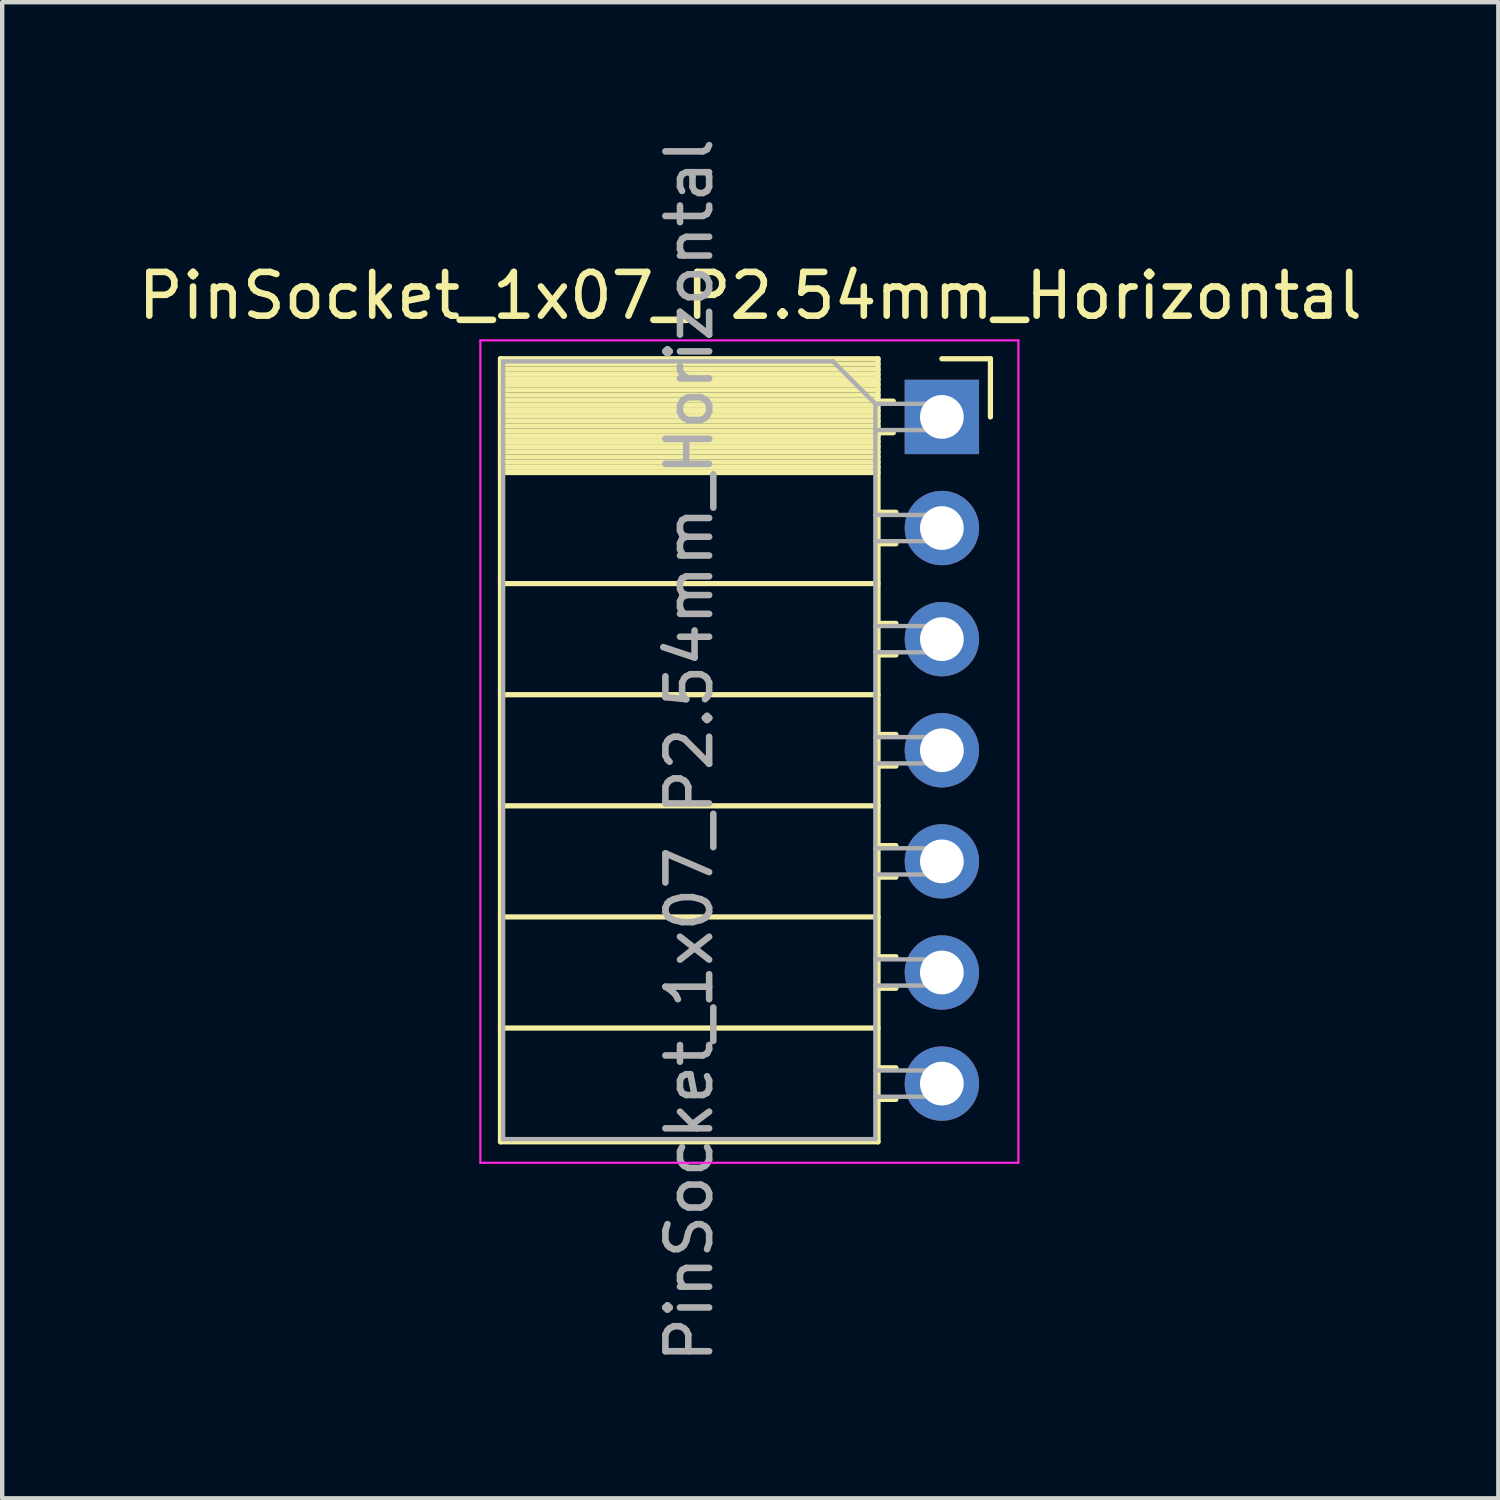
<source format=kicad_pcb>
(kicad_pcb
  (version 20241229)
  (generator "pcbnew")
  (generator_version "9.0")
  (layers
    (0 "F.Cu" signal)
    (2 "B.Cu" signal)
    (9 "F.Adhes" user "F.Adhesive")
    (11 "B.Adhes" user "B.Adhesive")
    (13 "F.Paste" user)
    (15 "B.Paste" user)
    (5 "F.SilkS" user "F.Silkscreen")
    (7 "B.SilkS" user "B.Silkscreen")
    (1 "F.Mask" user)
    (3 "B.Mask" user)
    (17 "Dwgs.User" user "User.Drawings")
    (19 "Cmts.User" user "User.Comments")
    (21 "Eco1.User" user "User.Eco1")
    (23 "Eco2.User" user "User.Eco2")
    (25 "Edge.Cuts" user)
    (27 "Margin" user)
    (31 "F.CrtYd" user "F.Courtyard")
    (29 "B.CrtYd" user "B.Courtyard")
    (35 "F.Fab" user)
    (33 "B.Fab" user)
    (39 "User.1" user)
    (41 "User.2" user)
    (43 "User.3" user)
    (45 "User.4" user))
  (footprint "PinSocket_1x07_P2.54mm_Horizontal"
    (layer "F.Cu")
    (at 18.481 6.481)
    (property "Reference" "PinSocket_1x07_P2.54mm_Horizontal" (at -4.38 -2.77 0) (layer "F.SilkS") (effects (font (size 1 1) (thickness 0.15))))
    (attr through_hole)
    (fp_line (start -10.09 -1.33) (end -10.09 16.57) (stroke (width 0.12) (type solid)) (layer "F.SilkS"))
    (fp_line (start -10.09 -1.33) (end -1.46 -1.33) (stroke (width 0.12) (type solid)) (layer "F.SilkS"))
    (fp_line (start -10.09 -1.21) (end -1.46 -1.21) (stroke (width 0.12) (type solid)) (layer "F.SilkS"))
    (fp_line (start -10.09 -1.092) (end -1.46 -1.092) (stroke (width 0.12) (type solid)) (layer "F.SilkS"))
    (fp_line (start -10.09 -0.974) (end -1.46 -0.974) (stroke (width 0.12) (type solid)) (layer "F.SilkS"))
    (fp_line (start -10.09 -0.856) (end -1.46 -0.856) (stroke (width 0.12) (type solid)) (layer "F.SilkS"))
    (fp_line (start -10.09 -0.738) (end -1.46 -0.738) (stroke (width 0.12) (type solid)) (layer "F.SilkS"))
    (fp_line (start -10.09 -0.62) (end -1.46 -0.62) (stroke (width 0.12) (type solid)) (layer "F.SilkS"))
    (fp_line (start -10.09 -0.501) (end -1.46 -0.501) (stroke (width 0.12) (type solid)) (layer "F.SilkS"))
    (fp_line (start -10.09 -0.383) (end -1.46 -0.383) (stroke (width 0.12) (type solid)) (layer "F.SilkS"))
    (fp_line (start -10.09 -0.265) (end -1.46 -0.265) (stroke (width 0.12) (type solid)) (layer "F.SilkS"))
    (fp_line (start -10.09 -0.147) (end -1.46 -0.147) (stroke (width 0.12) (type solid)) (layer "F.SilkS"))
    (fp_line (start -10.09 -0.029) (end -1.46 -0.029) (stroke (width 0.12) (type solid)) (layer "F.SilkS"))
    (fp_line (start -10.09 0.089) (end -1.46 0.089) (stroke (width 0.12) (type solid)) (layer "F.SilkS"))
    (fp_line (start -10.09 0.207) (end -1.46 0.207) (stroke (width 0.12) (type solid)) (layer "F.SilkS"))
    (fp_line (start -10.09 0.325) (end -1.46 0.325) (stroke (width 0.12) (type solid)) (layer "F.SilkS"))
    (fp_line (start -10.09 0.443) (end -1.46 0.443) (stroke (width 0.12) (type solid)) (layer "F.SilkS"))
    (fp_line (start -10.09 0.561) (end -1.46 0.561) (stroke (width 0.12) (type solid)) (layer "F.SilkS"))
    (fp_line (start -10.09 0.68) (end -1.46 0.68) (stroke (width 0.12) (type solid)) (layer "F.SilkS"))
    (fp_line (start -10.09 0.798) (end -1.46 0.798) (stroke (width 0.12) (type solid)) (layer "F.SilkS"))
    (fp_line (start -10.09 0.916) (end -1.46 0.916) (stroke (width 0.12) (type solid)) (layer "F.SilkS"))
    (fp_line (start -10.09 1.034) (end -1.46 1.034) (stroke (width 0.12) (type solid)) (layer "F.SilkS"))
    (fp_line (start -10.09 1.152) (end -1.46 1.152) (stroke (width 0.12) (type solid)) (layer "F.SilkS"))
    (fp_line (start -10.09 1.27) (end -1.46 1.27) (stroke (width 0.12) (type solid)) (layer "F.SilkS"))
    (fp_line (start -10.09 3.81) (end -1.46 3.81) (stroke (width 0.12) (type solid)) (layer "F.SilkS"))
    (fp_line (start -10.09 6.35) (end -1.46 6.35) (stroke (width 0.12) (type solid)) (layer "F.SilkS"))
    (fp_line (start -10.09 8.89) (end -1.46 8.89) (stroke (width 0.12) (type solid)) (layer "F.SilkS"))
    (fp_line (start -10.09 11.43) (end -1.46 11.43) (stroke (width 0.12) (type solid)) (layer "F.SilkS"))
    (fp_line (start -10.09 13.97) (end -1.46 13.97) (stroke (width 0.12) (type solid)) (layer "F.SilkS"))
    (fp_line (start -10.09 16.57) (end -1.46 16.57) (stroke (width 0.12) (type solid)) (layer "F.SilkS"))
    (fp_line (start -1.46 -1.33) (end -1.46 16.57) (stroke (width 0.12) (type solid)) (layer "F.SilkS"))
    (fp_line (start -1.46 -0.36) (end -1.11 -0.36) (stroke (width 0.12) (type solid)) (layer "F.SilkS"))
    (fp_line (start -1.46 0.36) (end -1.11 0.36) (stroke (width 0.12) (type solid)) (layer "F.SilkS"))
    (fp_line (start -1.46 2.18) (end -1.05 2.18) (stroke (width 0.12) (type solid)) (layer "F.SilkS"))
    (fp_line (start -1.46 2.9) (end -1.05 2.9) (stroke (width 0.12) (type solid)) (layer "F.SilkS"))
    (fp_line (start -1.46 4.72) (end -1.05 4.72) (stroke (width 0.12) (type solid)) (layer "F.SilkS"))
    (fp_line (start -1.46 5.44) (end -1.05 5.44) (stroke (width 0.12) (type solid)) (layer "F.SilkS"))
    (fp_line (start -1.46 7.26) (end -1.05 7.26) (stroke (width 0.12) (type solid)) (layer "F.SilkS"))
    (fp_line (start -1.46 7.98) (end -1.05 7.98) (stroke (width 0.12) (type solid)) (layer "F.SilkS"))
    (fp_line (start -1.46 9.8) (end -1.05 9.8) (stroke (width 0.12) (type solid)) (layer "F.SilkS"))
    (fp_line (start -1.46 10.52) (end -1.05 10.52) (stroke (width 0.12) (type solid)) (layer "F.SilkS"))
    (fp_line (start -1.46 12.34) (end -1.05 12.34) (stroke (width 0.12) (type solid)) (layer "F.SilkS"))
    (fp_line (start -1.46 13.06) (end -1.05 13.06) (stroke (width 0.12) (type solid)) (layer "F.SilkS"))
    (fp_line (start -1.46 14.88) (end -1.05 14.88) (stroke (width 0.12) (type solid)) (layer "F.SilkS"))
    (fp_line (start -1.46 15.6) (end -1.05 15.6) (stroke (width 0.12) (type solid)) (layer "F.SilkS"))
    (fp_line (start 0 -1.33) (end 1.11 -1.33) (stroke (width 0.12) (type solid)) (layer "F.SilkS"))
    (fp_line (start 1.11 -1.33) (end 1.11 0) (stroke (width 0.12) (type solid)) (layer "F.SilkS"))
    (fp_line (start -10.55 -1.75) (end -10.55 17.05) (stroke (width 0.05) (type solid)) (layer "F.CrtYd"))
    (fp_line (start -10.55 17.05) (end 1.75 17.05) (stroke (width 0.05) (type solid)) (layer "F.CrtYd"))
    (fp_line (start 1.75 -1.75) (end -10.55 -1.75) (stroke (width 0.05) (type solid)) (layer "F.CrtYd"))
    (fp_line (start 1.75 17.05) (end 1.75 -1.75) (stroke (width 0.05) (type solid)) (layer "F.CrtYd"))
    (fp_line (start -10.03 -1.27) (end -2.49 -1.27) (stroke (width 0.1) (type solid)) (layer "F.Fab"))
    (fp_line (start -10.03 16.51) (end -10.03 -1.27) (stroke (width 0.1) (type solid)) (layer "F.Fab"))
    (fp_line (start -2.49 -1.27) (end -1.52 -0.3) (stroke (width 0.1) (type solid)) (layer "F.Fab"))
    (fp_line (start -1.52 -0.3) (end -1.52 16.51) (stroke (width 0.1) (type solid)) (layer "F.Fab"))
    (fp_line (start -1.52 0.3) (end 0 0.3) (stroke (width 0.1) (type solid)) (layer "F.Fab"))
    (fp_line (start -1.52 2.84) (end 0 2.84) (stroke (width 0.1) (type solid)) (layer "F.Fab"))
    (fp_line (start -1.52 5.38) (end 0 5.38) (stroke (width 0.1) (type solid)) (layer "F.Fab"))
    (fp_line (start -1.52 7.92) (end 0 7.92) (stroke (width 0.1) (type solid)) (layer "F.Fab"))
    (fp_line (start -1.52 10.46) (end 0 10.46) (stroke (width 0.1) (type solid)) (layer "F.Fab"))
    (fp_line (start -1.52 13) (end 0 13) (stroke (width 0.1) (type solid)) (layer "F.Fab"))
    (fp_line (start -1.52 15.54) (end 0 15.54) (stroke (width 0.1) (type solid)) (layer "F.Fab"))
    (fp_line (start -1.52 16.51) (end -10.03 16.51) (stroke (width 0.1) (type solid)) (layer "F.Fab"))
    (fp_line (start 0 -0.3) (end -1.52 -0.3) (stroke (width 0.1) (type solid)) (layer "F.Fab"))
    (fp_line (start 0 0.3) (end 0 -0.3) (stroke (width 0.1) (type solid)) (layer "F.Fab"))
    (fp_line (start 0 2.24) (end -1.52 2.24) (stroke (width 0.1) (type solid)) (layer "F.Fab"))
    (fp_line (start 0 2.84) (end 0 2.24) (stroke (width 0.1) (type solid)) (layer "F.Fab"))
    (fp_line (start 0 4.78) (end -1.52 4.78) (stroke (width 0.1) (type solid)) (layer "F.Fab"))
    (fp_line (start 0 5.38) (end 0 4.78) (stroke (width 0.1) (type solid)) (layer "F.Fab"))
    (fp_line (start 0 7.32) (end -1.52 7.32) (stroke (width 0.1) (type solid)) (layer "F.Fab"))
    (fp_line (start 0 7.92) (end 0 7.32) (stroke (width 0.1) (type solid)) (layer "F.Fab"))
    (fp_line (start 0 9.86) (end -1.52 9.86) (stroke (width 0.1) (type solid)) (layer "F.Fab"))
    (fp_line (start 0 10.46) (end 0 9.86) (stroke (width 0.1) (type solid)) (layer "F.Fab"))
    (fp_line (start 0 12.4) (end -1.52 12.4) (stroke (width 0.1) (type solid)) (layer "F.Fab"))
    (fp_line (start 0 13) (end 0 12.4) (stroke (width 0.1) (type solid)) (layer "F.Fab"))
    (fp_line (start 0 14.94) (end -1.52 14.94) (stroke (width 0.1) (type solid)) (layer "F.Fab"))
    (fp_line (start 0 15.54) (end 0 14.94) (stroke (width 0.1) (type solid)) (layer "F.Fab"))
    (fp_text user "${REFERENCE}" (at -5.775 7.62 90) (layer "F.Fab") (effects (font (size 1 1) (thickness 0.15))))
    (pad "1" thru_hole rect (at 0 0) (size 1.7 1.7) (drill 1) (layers "*.Cu" "*.Mask"))
    (pad "2" thru_hole oval (at 0 2.54) (size 1.7 1.7) (drill 1) (layers "*.Cu" "*.Mask"))
    (pad "3" thru_hole oval (at 0 5.08) (size 1.7 1.7) (drill 1) (layers "*.Cu" "*.Mask"))
    (pad "4" thru_hole oval (at 0 7.62) (size 1.7 1.7) (drill 1) (layers "*.Cu" "*.Mask"))
    (pad "5" thru_hole oval (at 0 10.16) (size 1.7 1.7) (drill 1) (layers "*.Cu" "*.Mask"))
    (pad "6" thru_hole oval (at 0 12.7) (size 1.7 1.7) (drill 1) (layers "*.Cu" "*.Mask"))
    (pad "7" thru_hole oval (at 0 15.24) (size 1.7 1.7) (drill 1) (layers "*.Cu" "*.Mask")))
  (gr_rect
    (start -3 -3)
    (end 31.202 31.202)
    (stroke (width 0.1) (type default))
    (fill no)
    (layer "Edge.Cuts")))
</source>
